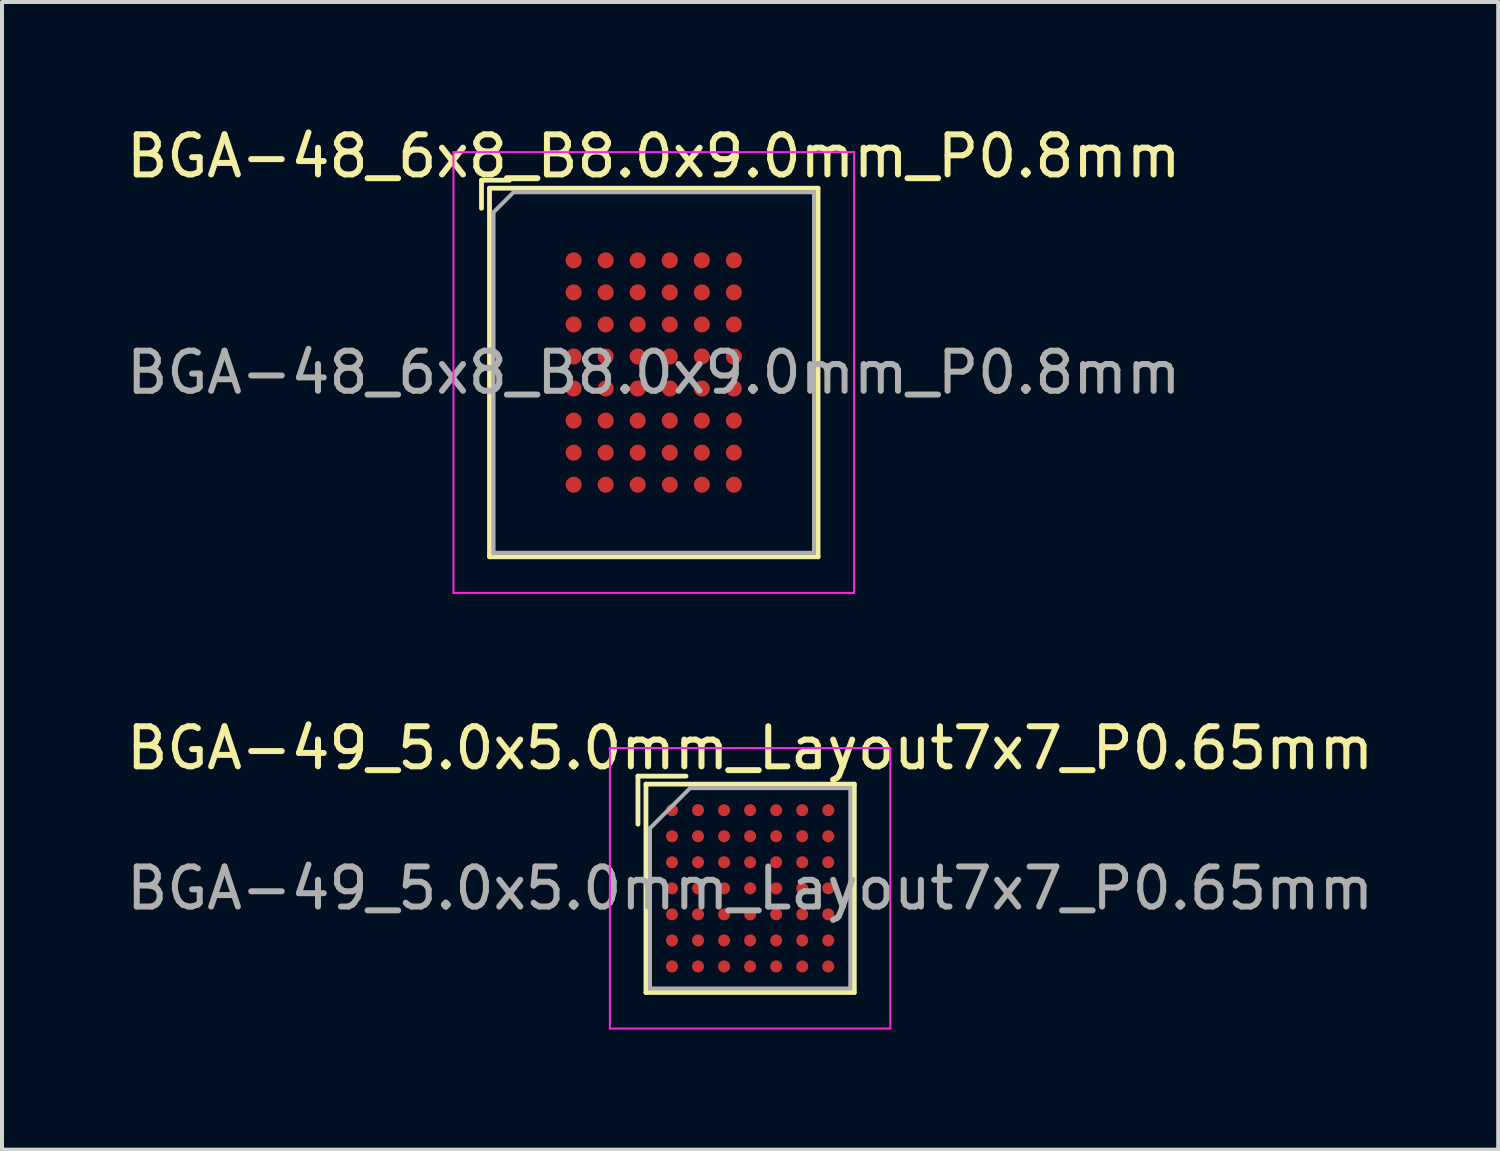
<source format=kicad_pcb>
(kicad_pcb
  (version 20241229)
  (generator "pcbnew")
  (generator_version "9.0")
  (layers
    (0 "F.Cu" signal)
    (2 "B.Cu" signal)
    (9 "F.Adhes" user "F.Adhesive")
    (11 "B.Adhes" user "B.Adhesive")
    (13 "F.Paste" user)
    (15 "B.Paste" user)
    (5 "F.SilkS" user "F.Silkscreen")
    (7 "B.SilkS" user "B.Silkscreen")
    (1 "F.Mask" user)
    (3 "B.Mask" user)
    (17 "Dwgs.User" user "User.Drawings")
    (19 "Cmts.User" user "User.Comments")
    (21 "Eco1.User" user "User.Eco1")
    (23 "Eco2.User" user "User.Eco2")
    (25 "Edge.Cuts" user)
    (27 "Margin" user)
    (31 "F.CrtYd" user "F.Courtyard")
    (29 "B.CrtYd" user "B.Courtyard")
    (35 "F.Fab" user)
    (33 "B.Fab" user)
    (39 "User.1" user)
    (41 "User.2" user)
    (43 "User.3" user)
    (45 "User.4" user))
  (footprint "BGA-49_5.0x5.0mm_Layout7x7_P0.65mm"
    (layer "F.Cu")
    (at 15.673 19.122)
    (property "Reference" "BGA-49_5.0x5.0mm_Layout7x7_P0.65mm" (at 0 -3.5 0) (layer "F.SilkS") (effects (font (size 1 1) (thickness 0.15))))
    (attr smd)
    (fp_line (start -2.8 -2.8) (end -1.6 -2.8) (stroke (width 0.12) (type solid)) (layer "F.SilkS"))
    (fp_line (start -2.8 -1.6) (end -2.8 -2.8) (stroke (width 0.12) (type solid)) (layer "F.SilkS"))
    (fp_line (start -2.6 -2.6) (end -2.6 2.6) (stroke (width 0.12) (type solid)) (layer "F.SilkS"))
    (fp_line (start -2.6 2.6) (end 2.6 2.6) (stroke (width 0.12) (type solid)) (layer "F.SilkS"))
    (fp_line (start 2.6 -2.6) (end -2.6 -2.6) (stroke (width 0.12) (type solid)) (layer "F.SilkS"))
    (fp_line (start 2.6 2.6) (end 2.6 -2.6) (stroke (width 0.12) (type solid)) (layer "F.SilkS"))
    (fp_line (start -3.5 -3.5) (end -3.5 3.5) (stroke (width 0.05) (type solid)) (layer "F.CrtYd"))
    (fp_line (start -3.5 -3.5) (end 3.5 -3.5) (stroke (width 0.05) (type solid)) (layer "F.CrtYd"))
    (fp_line (start 3.5 3.5) (end -3.5 3.5) (stroke (width 0.05) (type solid)) (layer "F.CrtYd"))
    (fp_line (start 3.5 3.5) (end 3.5 -3.5) (stroke (width 0.05) (type solid)) (layer "F.CrtYd"))
    (fp_line (start -2.5 -1.5) (end -2.5 2.5) (stroke (width 0.1) (type solid)) (layer "F.Fab"))
    (fp_line (start -2.5 2.5) (end 2.5 2.5) (stroke (width 0.1) (type solid)) (layer "F.Fab"))
    (fp_line (start -1.5 -2.5) (end -2.5 -1.5) (stroke (width 0.1) (type solid)) (layer "F.Fab"))
    (fp_line (start 2.5 -2.5) (end -1.5 -2.5) (stroke (width 0.1) (type solid)) (layer "F.Fab"))
    (fp_line (start 2.5 2.5) (end 2.5 -2.5) (stroke (width 0.1) (type solid)) (layer "F.Fab"))
    (fp_text user "${REFERENCE}" (at 0 0 0) (layer "F.Fab") (effects (font (size 1 1) (thickness 0.15))))
    (pad "A1" smd circle (at -1.95 -1.95) (size 0.3 0.3) (layers "F.Cu" "F.Mask" "F.Paste"))
    (pad "A2" smd circle (at -1.3 -1.95) (size 0.3 0.3) (layers "F.Cu" "F.Mask" "F.Paste"))
    (pad "A3" smd circle (at -0.65 -1.95) (size 0.3 0.3) (layers "F.Cu" "F.Mask" "F.Paste"))
    (pad "A4" smd circle (at 0 -1.95) (size 0.3 0.3) (layers "F.Cu" "F.Mask" "F.Paste"))
    (pad "A5" smd circle (at 0.65 -1.95) (size 0.3 0.3) (layers "F.Cu" "F.Mask" "F.Paste"))
    (pad "A6" smd circle (at 1.3 -1.95) (size 0.3 0.3) (layers "F.Cu" "F.Mask" "F.Paste"))
    (pad "A7" smd circle (at 1.95 -1.95) (size 0.3 0.3) (layers "F.Cu" "F.Mask" "F.Paste"))
    (pad "B1" smd circle (at -1.95 -1.3) (size 0.3 0.3) (layers "F.Cu" "F.Mask" "F.Paste"))
    (pad "B2" smd circle (at -1.3 -1.3) (size 0.3 0.3) (layers "F.Cu" "F.Mask" "F.Paste"))
    (pad "B3" smd circle (at -0.65 -1.3) (size 0.3 0.3) (layers "F.Cu" "F.Mask" "F.Paste"))
    (pad "B4" smd circle (at 0 -1.3) (size 0.3 0.3) (layers "F.Cu" "F.Mask" "F.Paste"))
    (pad "B5" smd circle (at 0.65 -1.3) (size 0.3 0.3) (layers "F.Cu" "F.Mask" "F.Paste"))
    (pad "B6" smd circle (at 1.3 -1.3) (size 0.3 0.3) (layers "F.Cu" "F.Mask" "F.Paste"))
    (pad "B7" smd circle (at 1.95 -1.3) (size 0.3 0.3) (layers "F.Cu" "F.Mask" "F.Paste"))
    (pad "C1" smd circle (at -1.95 -0.65) (size 0.3 0.3) (layers "F.Cu" "F.Mask" "F.Paste"))
    (pad "C2" smd circle (at -1.3 -0.65) (size 0.3 0.3) (layers "F.Cu" "F.Mask" "F.Paste"))
    (pad "C3" smd circle (at -0.65 -0.65) (size 0.3 0.3) (layers "F.Cu" "F.Mask" "F.Paste"))
    (pad "C4" smd circle (at 0 -0.65) (size 0.3 0.3) (layers "F.Cu" "F.Mask" "F.Paste"))
    (pad "C5" smd circle (at 0.65 -0.65) (size 0.3 0.3) (layers "F.Cu" "F.Mask" "F.Paste"))
    (pad "C6" smd circle (at 1.3 -0.65) (size 0.3 0.3) (layers "F.Cu" "F.Mask" "F.Paste"))
    (pad "C7" smd circle (at 1.95 -0.65) (size 0.3 0.3) (layers "F.Cu" "F.Mask" "F.Paste"))
    (pad "D1" smd circle (at -1.95 0) (size 0.3 0.3) (layers "F.Cu" "F.Mask" "F.Paste"))
    (pad "D2" smd circle (at -1.3 0) (size 0.3 0.3) (layers "F.Cu" "F.Mask" "F.Paste"))
    (pad "D3" smd circle (at -0.65 0) (size 0.3 0.3) (layers "F.Cu" "F.Mask" "F.Paste"))
    (pad "D4" smd circle (at 0 0) (size 0.3 0.3) (layers "F.Cu" "F.Mask" "F.Paste"))
    (pad "D5" smd circle (at 0.65 0) (size 0.3 0.3) (layers "F.Cu" "F.Mask" "F.Paste"))
    (pad "D6" smd circle (at 1.3 0) (size 0.3 0.3) (layers "F.Cu" "F.Mask" "F.Paste"))
    (pad "D7" smd circle (at 1.95 0) (size 0.3 0.3) (layers "F.Cu" "F.Mask" "F.Paste"))
    (pad "E1" smd circle (at -1.95 0.65) (size 0.3 0.3) (layers "F.Cu" "F.Mask" "F.Paste"))
    (pad "E2" smd circle (at -1.3 0.65) (size 0.3 0.3) (layers "F.Cu" "F.Mask" "F.Paste"))
    (pad "E3" smd circle (at -0.65 0.65) (size 0.3 0.3) (layers "F.Cu" "F.Mask" "F.Paste"))
    (pad "E4" smd circle (at 0 0.65) (size 0.3 0.3) (layers "F.Cu" "F.Mask" "F.Paste"))
    (pad "E5" smd circle (at 0.65 0.65) (size 0.3 0.3) (layers "F.Cu" "F.Mask" "F.Paste"))
    (pad "E6" smd circle (at 1.3 0.65) (size 0.3 0.3) (layers "F.Cu" "F.Mask" "F.Paste"))
    (pad "E7" smd circle (at 1.95 0.65) (size 0.3 0.3) (layers "F.Cu" "F.Mask" "F.Paste"))
    (pad "F1" smd circle (at -1.95 1.3) (size 0.3 0.3) (layers "F.Cu" "F.Mask" "F.Paste"))
    (pad "F2" smd circle (at -1.3 1.3) (size 0.3 0.3) (layers "F.Cu" "F.Mask" "F.Paste"))
    (pad "F3" smd circle (at -0.65 1.3) (size 0.3 0.3) (layers "F.Cu" "F.Mask" "F.Paste"))
    (pad "F4" smd circle (at 0 1.3) (size 0.3 0.3) (layers "F.Cu" "F.Mask" "F.Paste"))
    (pad "F5" smd circle (at 0.65 1.3) (size 0.3 0.3) (layers "F.Cu" "F.Mask" "F.Paste"))
    (pad "F6" smd circle (at 1.3 1.3) (size 0.3 0.3) (layers "F.Cu" "F.Mask" "F.Paste"))
    (pad "F7" smd circle (at 1.95 1.3) (size 0.3 0.3) (layers "F.Cu" "F.Mask" "F.Paste"))
    (pad "G1" smd circle (at -1.95 1.95) (size 0.3 0.3) (layers "F.Cu" "F.Mask" "F.Paste"))
    (pad "G2" smd circle (at -1.3 1.95) (size 0.3 0.3) (layers "F.Cu" "F.Mask" "F.Paste"))
    (pad "G3" smd circle (at -0.65 1.95) (size 0.3 0.3) (layers "F.Cu" "F.Mask" "F.Paste"))
    (pad "G4" smd circle (at 0 1.95) (size 0.3 0.3) (layers "F.Cu" "F.Mask" "F.Paste"))
    (pad "G5" smd circle (at 0.65 1.95) (size 0.3 0.3) (layers "F.Cu" "F.Mask" "F.Paste"))
    (pad "G6" smd circle (at 1.3 1.95) (size 0.3 0.3) (layers "F.Cu" "F.Mask" "F.Paste"))
    (pad "G7" smd circle (at 1.95 1.95) (size 0.3 0.3) (layers "F.Cu" "F.Mask" "F.Paste")))
  (footprint "BGA-48_6x8_B8.0x9.0mm_P0.8mm"
    (layer "F.Cu")
    (at 13.268 6.248)
    (property "Reference" "BGA-48_6x8_B8.0x9.0mm_P0.8mm" (at 0 -5.4 0) (layer "F.SilkS") (effects (font (size 1 1) (thickness 0.15))))
    (attr smd)
    (fp_line (start -4.3 -4.8) (end -3.6 -4.8) (stroke (width 0.12) (type solid)) (layer "F.SilkS"))
    (fp_line (start -4.3 -4.1) (end -4.3 -4.8) (stroke (width 0.12) (type solid)) (layer "F.SilkS"))
    (fp_line (start -4.1 -4.6) (end 4.1 -4.6) (stroke (width 0.12) (type solid)) (layer "F.SilkS"))
    (fp_line (start -4.1 4.6) (end -4.1 -4.6) (stroke (width 0.12) (type solid)) (layer "F.SilkS"))
    (fp_line (start 4.1 -4.6) (end 4.1 4.6) (stroke (width 0.12) (type solid)) (layer "F.SilkS"))
    (fp_line (start 4.1 4.6) (end -4.1 4.6) (stroke (width 0.12) (type solid)) (layer "F.SilkS"))
    (fp_line (start -5 -5.5) (end -5 5.5) (stroke (width 0.05) (type solid)) (layer "F.CrtYd"))
    (fp_line (start -5 -5.5) (end 5 -5.5) (stroke (width 0.05) (type solid)) (layer "F.CrtYd"))
    (fp_line (start 5 5.5) (end -5 5.5) (stroke (width 0.05) (type solid)) (layer "F.CrtYd"))
    (fp_line (start 5 5.5) (end 5 -5.5) (stroke (width 0.05) (type solid)) (layer "F.CrtYd"))
    (fp_line (start -4 -4) (end -3.5 -4.5) (stroke (width 0.1) (type solid)) (layer "F.Fab"))
    (fp_line (start -4 4.5) (end -4 -4) (stroke (width 0.1) (type solid)) (layer "F.Fab"))
    (fp_line (start -3.5 -4.5) (end 4 -4.5) (stroke (width 0.1) (type solid)) (layer "F.Fab"))
    (fp_line (start 4 -4.5) (end 4 4.5) (stroke (width 0.1) (type solid)) (layer "F.Fab"))
    (fp_line (start 4 4.5) (end -4 4.5) (stroke (width 0.1) (type solid)) (layer "F.Fab"))
    (fp_text user "${REFERENCE}" (at 0 0 0) (layer "F.Fab") (effects (font (size 1 1) (thickness 0.15))))
    (pad "A1" smd circle (at -2 -2.8) (size 0.4 0.4) (layers "F.Cu" "F.Mask" "F.Paste"))
    (pad "A2" smd circle (at -1.2 -2.8) (size 0.4 0.4) (layers "F.Cu" "F.Mask" "F.Paste"))
    (pad "A3" smd circle (at -0.4 -2.8) (size 0.4 0.4) (layers "F.Cu" "F.Mask" "F.Paste"))
    (pad "A4" smd circle (at 0.4 -2.8) (size 0.4 0.4) (layers "F.Cu" "F.Mask" "F.Paste"))
    (pad "A5" smd circle (at 1.2 -2.8) (size 0.4 0.4) (layers "F.Cu" "F.Mask" "F.Paste"))
    (pad "A6" smd circle (at 2 -2.8) (size 0.4 0.4) (layers "F.Cu" "F.Mask" "F.Paste"))
    (pad "B1" smd circle (at -2 -2) (size 0.4 0.4) (layers "F.Cu" "F.Mask" "F.Paste"))
    (pad "B2" smd circle (at -1.2 -2) (size 0.4 0.4) (layers "F.Cu" "F.Mask" "F.Paste"))
    (pad "B3" smd circle (at -0.4 -2) (size 0.4 0.4) (layers "F.Cu" "F.Mask" "F.Paste"))
    (pad "B4" smd circle (at 0.4 -2) (size 0.4 0.4) (layers "F.Cu" "F.Mask" "F.Paste"))
    (pad "B5" smd circle (at 1.2 -2) (size 0.4 0.4) (layers "F.Cu" "F.Mask" "F.Paste"))
    (pad "B6" smd circle (at 2 -2) (size 0.4 0.4) (layers "F.Cu" "F.Mask" "F.Paste"))
    (pad "C1" smd circle (at -2 -1.2) (size 0.4 0.4) (layers "F.Cu" "F.Mask" "F.Paste"))
    (pad "C2" smd circle (at -1.2 -1.2) (size 0.4 0.4) (layers "F.Cu" "F.Mask" "F.Paste"))
    (pad "C3" smd circle (at -0.4 -1.2) (size 0.4 0.4) (layers "F.Cu" "F.Mask" "F.Paste"))
    (pad "C4" smd circle (at 0.4 -1.2) (size 0.4 0.4) (layers "F.Cu" "F.Mask" "F.Paste"))
    (pad "C5" smd circle (at 1.2 -1.2) (size 0.4 0.4) (layers "F.Cu" "F.Mask" "F.Paste"))
    (pad "C6" smd circle (at 2 -1.2) (size 0.4 0.4) (layers "F.Cu" "F.Mask" "F.Paste"))
    (pad "D1" smd circle (at -2 -0.4) (size 0.4 0.4) (layers "F.Cu" "F.Mask" "F.Paste"))
    (pad "D2" smd circle (at -1.2 -0.4) (size 0.4 0.4) (layers "F.Cu" "F.Mask" "F.Paste"))
    (pad "D3" smd circle (at -0.4 -0.4) (size 0.4 0.4) (layers "F.Cu" "F.Mask" "F.Paste"))
    (pad "D4" smd circle (at 0.4 -0.4) (size 0.4 0.4) (layers "F.Cu" "F.Mask" "F.Paste"))
    (pad "D5" smd circle (at 1.2 -0.4) (size 0.4 0.4) (layers "F.Cu" "F.Mask" "F.Paste"))
    (pad "D6" smd circle (at 2 -0.4) (size 0.4 0.4) (layers "F.Cu" "F.Mask" "F.Paste"))
    (pad "E1" smd circle (at -2 0.4) (size 0.4 0.4) (layers "F.Cu" "F.Mask" "F.Paste"))
    (pad "E2" smd circle (at -1.2 0.4) (size 0.4 0.4) (layers "F.Cu" "F.Mask" "F.Paste"))
    (pad "E3" smd circle (at -0.4 0.4) (size 0.4 0.4) (layers "F.Cu" "F.Mask" "F.Paste"))
    (pad "E4" smd circle (at 0.4 0.4) (size 0.4 0.4) (layers "F.Cu" "F.Mask" "F.Paste"))
    (pad "E5" smd circle (at 1.2 0.4) (size 0.4 0.4) (layers "F.Cu" "F.Mask" "F.Paste"))
    (pad "E6" smd circle (at 2 0.4) (size 0.4 0.4) (layers "F.Cu" "F.Mask" "F.Paste"))
    (pad "F1" smd circle (at -2 1.2) (size 0.4 0.4) (layers "F.Cu" "F.Mask" "F.Paste"))
    (pad "F2" smd circle (at -1.2 1.2) (size 0.4 0.4) (layers "F.Cu" "F.Mask" "F.Paste"))
    (pad "F3" smd circle (at -0.4 1.2) (size 0.4 0.4) (layers "F.Cu" "F.Mask" "F.Paste"))
    (pad "F4" smd circle (at 0.4 1.2) (size 0.4 0.4) (layers "F.Cu" "F.Mask" "F.Paste"))
    (pad "F5" smd circle (at 1.2 1.2) (size 0.4 0.4) (layers "F.Cu" "F.Mask" "F.Paste"))
    (pad "F6" smd circle (at 2 1.2) (size 0.4 0.4) (layers "F.Cu" "F.Mask" "F.Paste"))
    (pad "G1" smd circle (at -2 2) (size 0.4 0.4) (layers "F.Cu" "F.Mask" "F.Paste"))
    (pad "G2" smd circle (at -1.2 2) (size 0.4 0.4) (layers "F.Cu" "F.Mask" "F.Paste"))
    (pad "G3" smd circle (at -0.4 2) (size 0.4 0.4) (layers "F.Cu" "F.Mask" "F.Paste"))
    (pad "G4" smd circle (at 0.4 2) (size 0.4 0.4) (layers "F.Cu" "F.Mask" "F.Paste"))
    (pad "G5" smd circle (at 1.2 2) (size 0.4 0.4) (layers "F.Cu" "F.Mask" "F.Paste"))
    (pad "G6" smd circle (at 2 2) (size 0.4 0.4) (layers "F.Cu" "F.Mask" "F.Paste"))
    (pad "H1" smd circle (at -2 2.8) (size 0.4 0.4) (layers "F.Cu" "F.Mask" "F.Paste"))
    (pad "H2" smd circle (at -1.2 2.8) (size 0.4 0.4) (layers "F.Cu" "F.Mask" "F.Paste"))
    (pad "H3" smd circle (at -0.4 2.8) (size 0.4 0.4) (layers "F.Cu" "F.Mask" "F.Paste"))
    (pad "H4" smd circle (at 0.4 2.8) (size 0.4 0.4) (layers "F.Cu" "F.Mask" "F.Paste"))
    (pad "H5" smd circle (at 1.2 2.8) (size 0.4 0.4) (layers "F.Cu" "F.Mask" "F.Paste"))
    (pad "H6" smd circle (at 2 2.8) (size 0.4 0.4) (layers "F.Cu" "F.Mask" "F.Paste")))
  (gr_rect
    (start -3 -3)
    (end 34.345 25.646)
    (stroke (width 0.1) (type default))
    (fill no)
    (layer "Edge.Cuts")))
</source>
